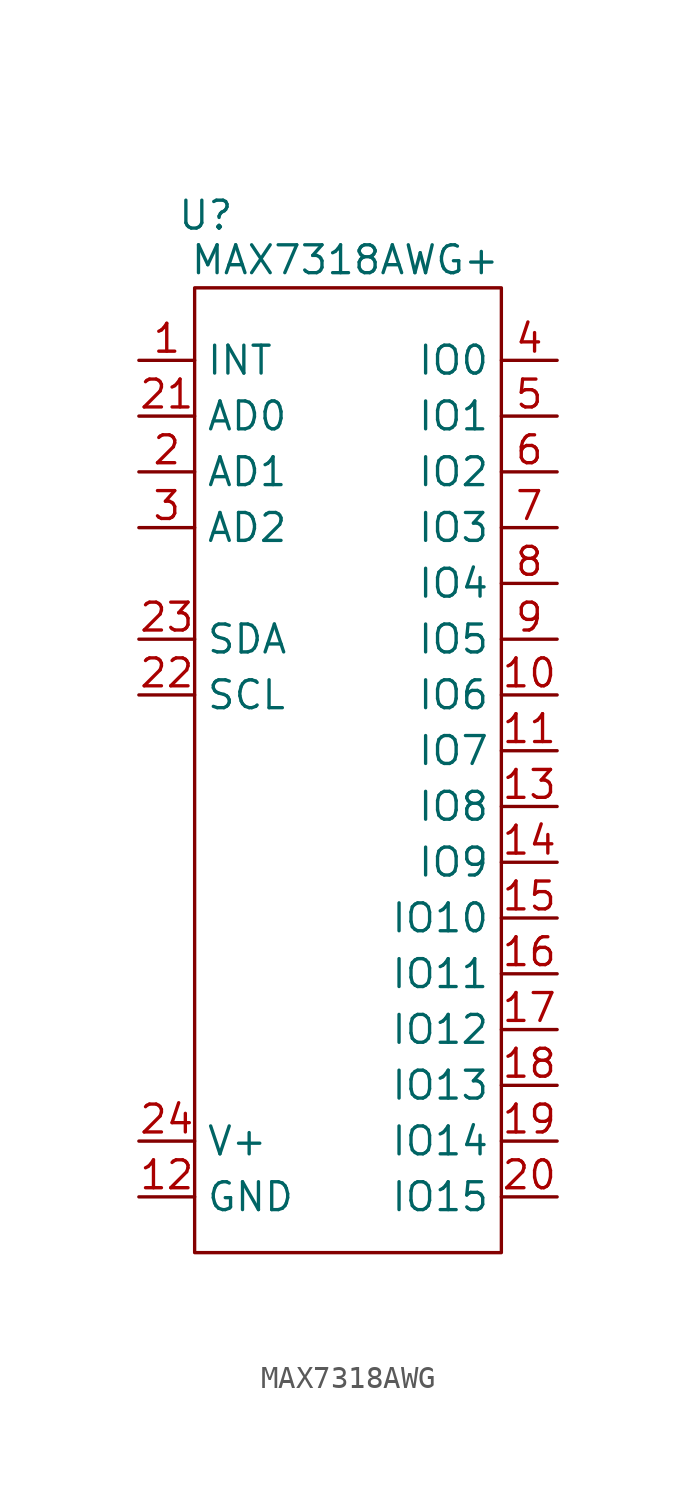
<source format=kicad_sym>
(kicad_symbol_lib
  (version 20241209)
  (generator "kicad_symbol_editor")
  (generator_version "9.0")
  (symbol "MAX7318AWG"
    (property "Reference" "U"
      (at -7.112 25.654 0)
      (effects (font (size 1.27 1.27))))
    (property "Value" "MAX7318AWG+"
      (at -0.762 23.622 0)
      (effects (font (size 1.27 1.27))))
    (symbol "MAX7318AWG_0_1"
      (rectangle (start -7.62 22.352) (end 6.35 -21.59) (stroke (width 0) (type default)) (fill (type none))))
    (symbol "MAX7318AWG_1_1"
      (pin output line (at -10.16 19.05 0) (length 2.54) (name "INT" (effects (font (size 1.27 1.27)))) (number "1" (effects (font (size 1.27 1.27)))))
      (pin passive line (at -10.16 16.51 0) (length 2.54) (name "AD0" (effects (font (size 1.27 1.27)))) (number "21" (effects (font (size 1.27 1.27)))))
      (pin passive line (at -10.16 13.97 0) (length 2.54) (name "AD1" (effects (font (size 1.27 1.27)))) (number "2" (effects (font (size 1.27 1.27)))))
      (pin passive line (at -10.16 11.43 0) (length 2.54) (name "AD2" (effects (font (size 1.27 1.27)))) (number "3" (effects (font (size 1.27 1.27)))))
      (pin bidirectional line (at -10.16 6.35 0) (length 2.54) (name "SDA" (effects (font (size 1.27 1.27)))) (number "23" (effects (font (size 1.27 1.27)))))
      (pin bidirectional line (at -10.16 3.81 0) (length 2.54) (name "SCL" (effects (font (size 1.27 1.27)))) (number "22" (effects (font (size 1.27 1.27)))))
      (pin power_in line (at -10.16 -16.51 0) (length 2.54) (name "V+" (effects (font (size 1.27 1.27)))) (number "24" (effects (font (size 1.27 1.27)))))
      (pin power_in line (at -10.16 -19.05 0) (length 2.54) (name "GND" (effects (font (size 1.27 1.27)))) (number "12" (effects (font (size 1.27 1.27)))))
      (pin bidirectional line (at 8.89 19.05 180) (length 2.54) (name "IO0" (effects (font (size 1.27 1.27)))) (number "4" (effects (font (size 1.27 1.27)))))
      (pin bidirectional line (at 8.89 16.51 180) (length 2.54) (name "IO1" (effects (font (size 1.27 1.27)))) (number "5" (effects (font (size 1.27 1.27)))))
      (pin bidirectional line (at 8.89 13.97 180) (length 2.54) (name "IO2" (effects (font (size 1.27 1.27)))) (number "6" (effects (font (size 1.27 1.27)))))
      (pin bidirectional line (at 8.89 11.43 180) (length 2.54) (name "IO3" (effects (font (size 1.27 1.27)))) (number "7" (effects (font (size 1.27 1.27)))))
      (pin bidirectional line (at 8.89 8.89 180) (length 2.54) (name "IO4" (effects (font (size 1.27 1.27)))) (number "8" (effects (font (size 1.27 1.27)))))
      (pin bidirectional line (at 8.89 6.35 180) (length 2.54) (name "IO5" (effects (font (size 1.27 1.27)))) (number "9" (effects (font (size 1.27 1.27)))))
      (pin bidirectional line (at 8.89 3.81 180) (length 2.54) (name "IO6" (effects (font (size 1.27 1.27)))) (number "10" (effects (font (size 1.27 1.27)))))
      (pin bidirectional line (at 8.89 1.27 180) (length 2.54) (name "IO7" (effects (font (size 1.27 1.27)))) (number "11" (effects (font (size 1.27 1.27)))))
      (pin bidirectional line (at 8.89 -1.27 180) (length 2.54) (name "IO8" (effects (font (size 1.27 1.27)))) (number "13" (effects (font (size 1.27 1.27)))))
      (pin bidirectional line (at 8.89 -3.81 180) (length 2.54) (name "IO9" (effects (font (size 1.27 1.27)))) (number "14" (effects (font (size 1.27 1.27)))))
      (pin bidirectional line (at 8.89 -6.35 180) (length 2.54) (name "IO10" (effects (font (size 1.27 1.27)))) (number "15" (effects (font (size 1.27 1.27)))))
      (pin bidirectional line (at 8.89 -8.89 180) (length 2.54) (name "IO11" (effects (font (size 1.27 1.27)))) (number "16" (effects (font (size 1.27 1.27)))))
      (pin bidirectional line (at 8.89 -11.43 180) (length 2.54) (name "IO12" (effects (font (size 1.27 1.27)))) (number "17" (effects (font (size 1.27 1.27)))))
      (pin bidirectional line (at 8.89 -13.97 180) (length 2.54) (name "IO13" (effects (font (size 1.27 1.27)))) (number "18" (effects (font (size 1.27 1.27)))))
      (pin bidirectional line (at 8.89 -16.51 180) (length 2.54) (name "IO14" (effects (font (size 1.27 1.27)))) (number "19" (effects (font (size 1.27 1.27)))))
      (pin bidirectional line (at 8.89 -19.05 180) (length 2.54) (name "IO15" (effects (font (size 1.27 1.27)))) (number "20" (effects (font (size 1.27 1.27))))))))
</source>
